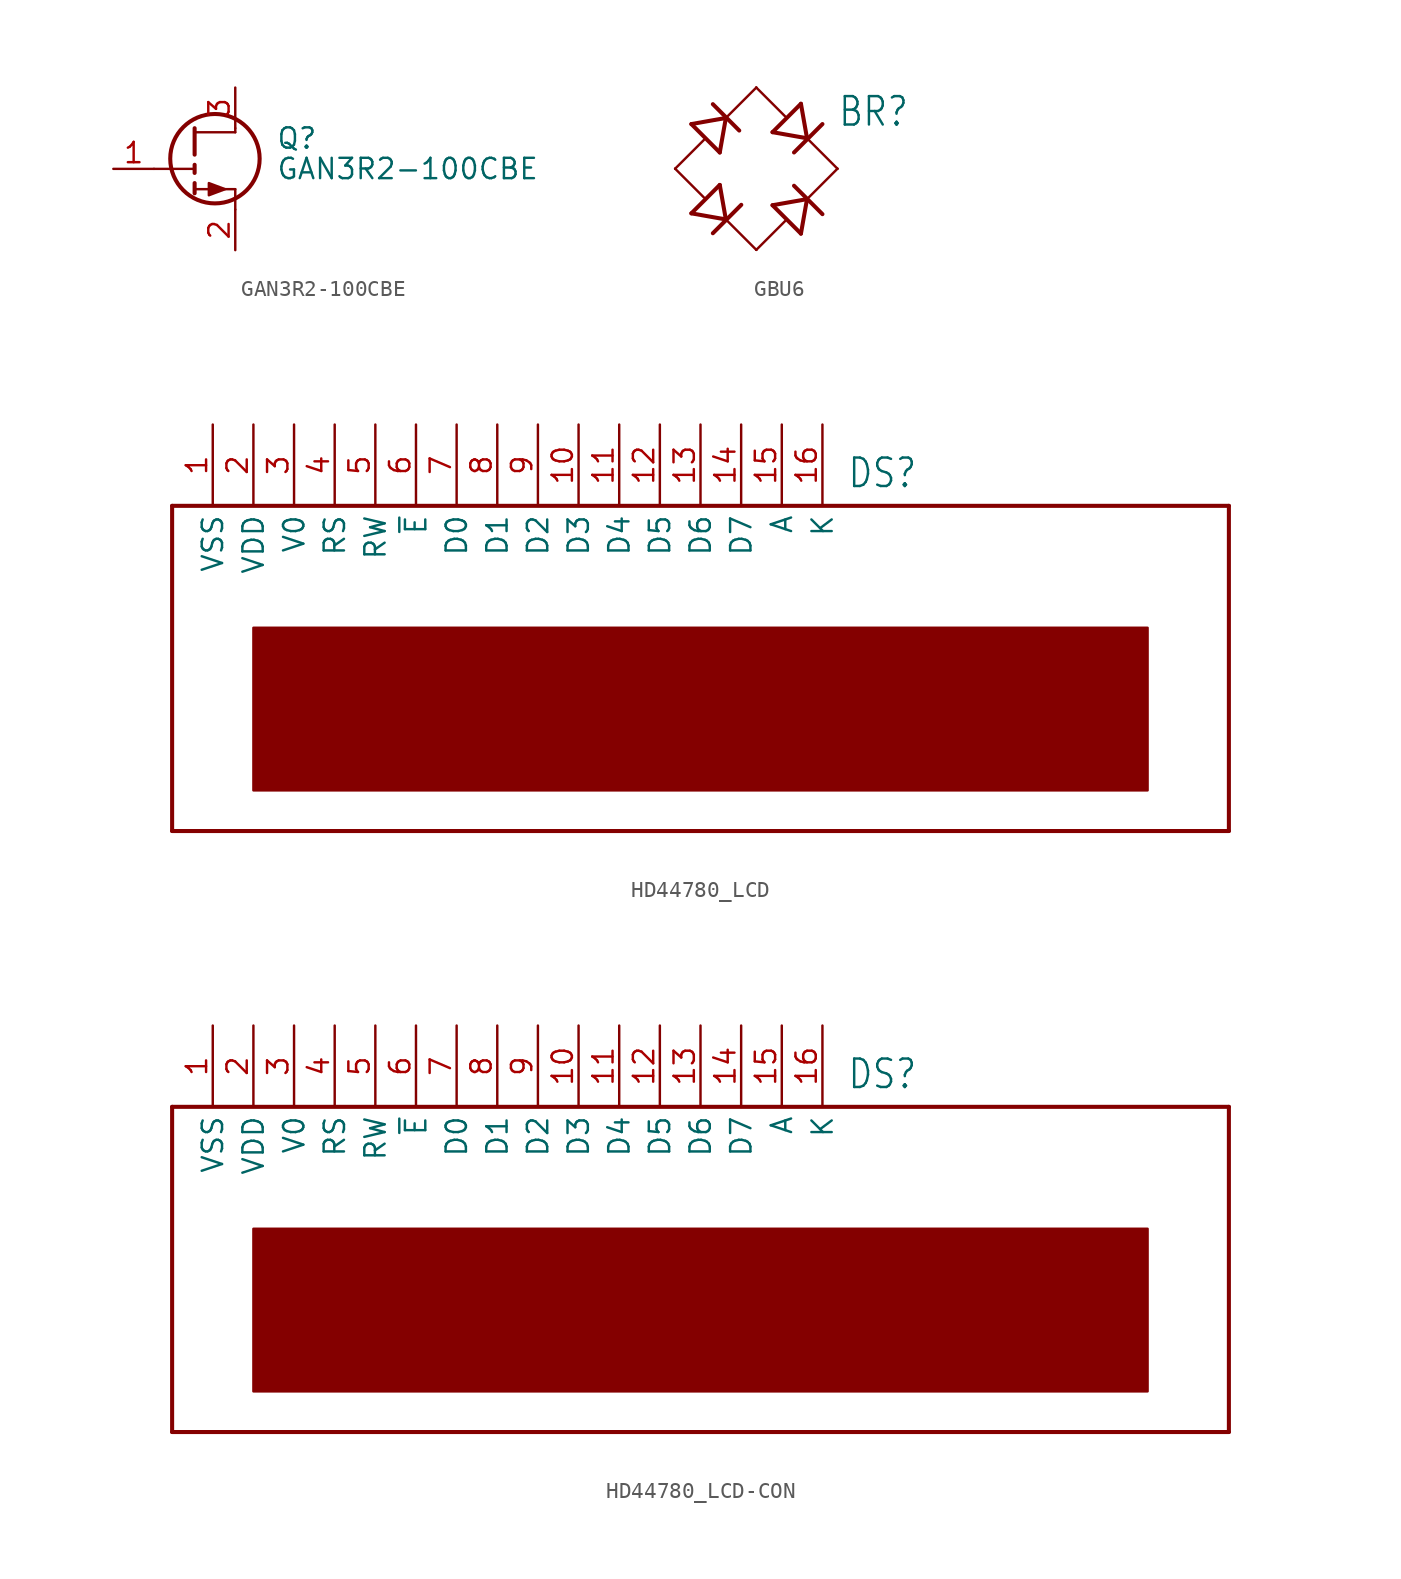
<source format=kicad_sym>
(kicad_symbol_lib
  (version 20231120)
  (generator "kicad_symbol_editor")
  (generator_version "8.0")
  (symbol "GAN3R2-100CBE"
    (pin_names
      (offset 0) hide)
    (property "Reference" "Q"
      (at 5.08 1.905 0)
      (effects (font (size 1.27 1.27)) (justify left)))
    (property "Value" "GAN3R2-100CBE"
      (at 5.08 0 0)
      (effects (font (size 1.27 1.27)) (justify left)))
    (symbol "GAN3R2-100CBE_0_1"
      (polyline (pts (xy 0 0) (xy -2.54 0)) (stroke (width 0) (type default)) (fill (type none)))
      (polyline (pts (xy 0 2.286) (xy 2.54 2.286)) (stroke (width 0) (type default)) (fill (type none)))
      (polyline (pts (xy 2.54 -2.54) (xy 2.54 -1.27)) (stroke (width 0) (type default)) (fill (type none)))
      (polyline (pts (xy 2.54 -1.27) (xy 0 -1.27)) (stroke (width 0) (type default)) (fill (type none)))
      (polyline (pts (xy 2.54 2.286) (xy 2.54 2.54)) (stroke (width 0) (type default)) (fill (type none)))
      (polyline (pts (xy 1.905 -1.27) (xy 0.889 -0.889) (xy 0.889 -1.651) (xy 1.905 -1.27)) (stroke (width 0) (type default)) (fill (type outline)))
      (circle (center 1.27 0.635) (radius 2.794) (stroke (width 0.254) (type default)) (fill (type none))))
    (symbol "GAN3R2-100CBE_1_1"
      (polyline (pts (xy 0 -0.889) (xy 0 -1.524)) (stroke (width 0.254) (type default)) (fill (type none)))
      (polyline (pts (xy 0 0.254) (xy 0 -0.254)) (stroke (width 0.254) (type default)) (fill (type none)))
      (polyline (pts (xy 0 0.889) (xy 0 2.54)) (stroke (width 0.254) (type default)) (fill (type none)))
      (pin input line (at -5.08 0 0) (length 2.54) (name "G" (effects (font (size 1.27 1.27)))) (number "1" (effects (font (size 1.27 1.27)))))
      (pin passive line (at 2.54 -5.08 90) (length 2.54) (name "S" (effects (font (size 1.27 1.27)))) (number "2" (effects (font (size 1.27 1.27)))))
      (pin passive line (at 2.54 5.08 270) (length 2.54) (name "D" (effects (font (size 1.27 1.27)))) (number "3" (effects (font (size 1.27 1.27)))))
      (pin passive line (at 2.54 -5.08 90) (length 2.54) hide (name "S" (effects (font (size 1.27 1.27)))) (number "4" (effects (font (size 1.27 1.27)))))
      (pin passive line (at 2.54 5.08 270) (length 2.54) hide (name "D" (effects (font (size 1.27 1.27)))) (number "5" (effects (font (size 1.27 1.27)))))
      (pin passive line (at 2.54 -5.08 90) (length 2.54) hide (name "S" (effects (font (size 1.27 1.27)))) (number "6" (effects (font (size 1.27 1.27)))))
      (pin passive line (at 2.54 5.08 270) (length 2.54) hide (name "D" (effects (font (size 1.27 1.27)))) (number "7" (effects (font (size 1.27 1.27)))))
      (pin passive line (at 2.54 -5.08 90) (length 2.54) hide (name "S" (effects (font (size 1.27 1.27)))) (number "8" (effects (font (size 1.27 1.27)))))))
  (symbol "GBU6"
    (property "Reference" "BR"
      (at 5.08 2.54 0)
      (effects (font (size 1.778 1.511)) (justify left bottom)))
    (property "Value" ""
      (at 5.08 -5.08 0)
      (effects (font (size 1.778 1.511)) (justify left bottom)))
    (property "ki_locked" ""
      (at 0 0 0)
      (effects (font (size 1.27 1.27))))
    (symbol "GBU6_1_0"
      (polyline (pts (xy -5.08 0) (xy -3.277 1.803)) (stroke (width 0.152) (type solid)) (fill (type none)))
      (polyline (pts (xy -4.064 -2.794) (xy -2.286 -1.016)) (stroke (width 0.254) (type solid)) (fill (type none)))
      (polyline (pts (xy -4.064 2.794) (xy -2.286 1.016)) (stroke (width 0.254) (type solid)) (fill (type none)))
      (polyline (pts (xy -3.277 -1.803) (xy -5.08 0)) (stroke (width 0.152) (type solid)) (fill (type none)))
      (polyline (pts (xy -2.718 -4.039) (xy -0.94 -2.261)) (stroke (width 0.254) (type solid)) (fill (type none)))
      (polyline (pts (xy -2.718 4.039) (xy -1.067 2.388)) (stroke (width 0.254) (type solid)) (fill (type none)))
      (polyline (pts (xy -1.905 -3.175) (xy -4.064 -2.794)) (stroke (width 0.254) (type solid)) (fill (type none)))
      (polyline (pts (xy -1.905 -3.175) (xy -2.286 -1.016)) (stroke (width 0.254) (type solid)) (fill (type none)))
      (polyline (pts (xy -1.905 3.175) (xy -4.064 2.794)) (stroke (width 0.254) (type solid)) (fill (type none)))
      (polyline (pts (xy -1.905 3.175) (xy -2.286 1.016)) (stroke (width 0.254) (type solid)) (fill (type none)))
      (polyline (pts (xy -1.905 3.175) (xy 0 5.08)) (stroke (width 0.152) (type solid)) (fill (type none)))
      (polyline (pts (xy 0 -5.08) (xy -1.905 -3.175)) (stroke (width 0.152) (type solid)) (fill (type none)))
      (polyline (pts (xy 0 -5.08) (xy 1.803 -3.277)) (stroke (width 0.152) (type solid)) (fill (type none)))
      (polyline (pts (xy 0 5.08) (xy 1.803 3.277)) (stroke (width 0.152) (type solid)) (fill (type none)))
      (polyline (pts (xy 1.016 -2.286) (xy 2.794 -4.064)) (stroke (width 0.254) (type solid)) (fill (type none)))
      (polyline (pts (xy 1.016 2.286) (xy 2.794 4.064)) (stroke (width 0.254) (type solid)) (fill (type none)))
      (polyline (pts (xy 2.362 -1.067) (xy 4.14 -2.845)) (stroke (width 0.254) (type solid)) (fill (type none)))
      (polyline (pts (xy 2.362 1.016) (xy 4.14 2.794)) (stroke (width 0.254) (type solid)) (fill (type none)))
      (polyline (pts (xy 3.175 -1.905) (xy 1.016 -2.286)) (stroke (width 0.254) (type solid)) (fill (type none)))
      (polyline (pts (xy 3.175 -1.905) (xy 2.794 -4.064)) (stroke (width 0.254) (type solid)) (fill (type none)))
      (polyline (pts (xy 3.175 1.905) (xy 1.016 2.286)) (stroke (width 0.254) (type solid)) (fill (type none)))
      (polyline (pts (xy 3.175 1.905) (xy 2.794 4.064)) (stroke (width 0.254) (type solid)) (fill (type none)))
      (polyline (pts (xy 3.175 1.905) (xy 5.08 0)) (stroke (width 0.152) (type solid)) (fill (type none)))
      (polyline (pts (xy 5.08 0) (xy 3.175 -1.905)) (stroke (width 0.152) (type solid)) (fill (type none)))
      (pin passive line (at -5.08 0 0) (length 0) (name "-" (effects (font (size 0 0)))) (number "1" (effects (font (size 0 0)))))
      (pin passive line (at 0 5.08 270) (length 0) (name "AC1" (effects (font (size 0 0)))) (number "2" (effects (font (size 0 0)))))
      (pin passive line (at 0 -5.08 90) (length 0) (name "AC2" (effects (font (size 0 0)))) (number "3" (effects (font (size 0 0)))))
      (pin passive line (at 5.08 0 180) (length 0) (name "+" (effects (font (size 0 0)))) (number "4" (effects (font (size 0 0)))))))
  (symbol "HD44780_LCD"
    (property "Reference" "DS"
      (at 16.764 8.636 0)
      (effects (font (size 1.778 1.511)) (justify left bottom)))
    (property "Value" ""
      (at 29.21 8.636 0)
      (effects (font (size 1.778 1.511)) (justify left bottom)))
    (property "ki_locked" ""
      (at 0 0 0)
      (effects (font (size 1.27 1.27))))
    (symbol "HD44780_LCD_1_0"
      (rectangle (start -20.32 -10.16) (end 35.56 0) (stroke (width 0) (type default)) (fill (type outline)))
      (polyline (pts (xy -25.4 -12.7) (xy -25.4 7.62)) (stroke (width 0.254) (type solid)) (fill (type none)))
      (polyline (pts (xy -25.4 7.62) (xy 40.64 7.62)) (stroke (width 0.254) (type solid)) (fill (type none)))
      (polyline (pts (xy 40.64 -12.7) (xy -25.4 -12.7)) (stroke (width 0.254) (type solid)) (fill (type none)))
      (polyline (pts (xy 40.64 7.62) (xy 40.64 -12.7)) (stroke (width 0.254) (type solid)) (fill (type none)))
      (pin bidirectional line (at -22.86 12.7 270) (length 5.08) (name "VSS" (effects (font (size 1.27 1.27)))) (number "1" (effects (font (size 1.27 1.27)))))
      (pin bidirectional line (at 0 12.7 270) (length 5.08) (name "D3" (effects (font (size 1.27 1.27)))) (number "10" (effects (font (size 1.27 1.27)))))
      (pin bidirectional line (at 2.54 12.7 270) (length 5.08) (name "D4" (effects (font (size 1.27 1.27)))) (number "11" (effects (font (size 1.27 1.27)))))
      (pin bidirectional line (at 5.08 12.7 270) (length 5.08) (name "D5" (effects (font (size 1.27 1.27)))) (number "12" (effects (font (size 1.27 1.27)))))
      (pin bidirectional line (at 7.62 12.7 270) (length 5.08) (name "D6" (effects (font (size 1.27 1.27)))) (number "13" (effects (font (size 1.27 1.27)))))
      (pin bidirectional line (at 10.16 12.7 270) (length 5.08) (name "D7" (effects (font (size 1.27 1.27)))) (number "14" (effects (font (size 1.27 1.27)))))
      (pin bidirectional line (at 12.7 12.7 270) (length 5.08) (name "A" (effects (font (size 1.27 1.27)))) (number "15" (effects (font (size 1.27 1.27)))))
      (pin bidirectional line (at 15.24 12.7 270) (length 5.08) (name "K" (effects (font (size 1.27 1.27)))) (number "16" (effects (font (size 1.27 1.27)))))
      (pin bidirectional line (at -20.32 12.7 270) (length 5.08) (name "VDD" (effects (font (size 1.27 1.27)))) (number "2" (effects (font (size 1.27 1.27)))))
      (pin bidirectional line (at -17.78 12.7 270) (length 5.08) (name "V0" (effects (font (size 1.27 1.27)))) (number "3" (effects (font (size 1.27 1.27)))))
      (pin bidirectional line (at -15.24 12.7 270) (length 5.08) (name "RS" (effects (font (size 1.27 1.27)))) (number "4" (effects (font (size 1.27 1.27)))))
      (pin bidirectional line (at -12.7 12.7 270) (length 5.08) (name "RW" (effects (font (size 1.27 1.27)))) (number "5" (effects (font (size 1.27 1.27)))))
      (pin bidirectional line (at -10.16 12.7 270) (length 5.08) (name "~{E}" (effects (font (size 1.27 1.27)))) (number "6" (effects (font (size 1.27 1.27)))))
      (pin bidirectional line (at -7.62 12.7 270) (length 5.08) (name "D0" (effects (font (size 1.27 1.27)))) (number "7" (effects (font (size 1.27 1.27)))))
      (pin bidirectional line (at -5.08 12.7 270) (length 5.08) (name "D1" (effects (font (size 1.27 1.27)))) (number "8" (effects (font (size 1.27 1.27)))))
      (pin bidirectional line (at -2.54 12.7 270) (length 5.08) (name "D2" (effects (font (size 1.27 1.27)))) (number "9" (effects (font (size 1.27 1.27)))))))
  (symbol "HD44780_LCD-CON"
    (property "Reference" "DS"
      (at 16.764 8.636 0)
      (effects (font (size 1.778 1.511)) (justify left bottom)))
    (property "Value" ""
      (at 29.21 8.636 0)
      (effects (font (size 1.778 1.511)) (justify left bottom)))
    (property "ki_locked" ""
      (at 0 0 0)
      (effects (font (size 1.27 1.27))))
    (symbol "HD44780_LCD-CON_1_0"
      (rectangle (start -20.32 -10.16) (end 35.56 0) (stroke (width 0) (type default)) (fill (type outline)))
      (polyline (pts (xy -25.4 -12.7) (xy -25.4 7.62)) (stroke (width 0.254) (type solid)) (fill (type none)))
      (polyline (pts (xy -25.4 7.62) (xy 40.64 7.62)) (stroke (width 0.254) (type solid)) (fill (type none)))
      (polyline (pts (xy 40.64 -12.7) (xy -25.4 -12.7)) (stroke (width 0.254) (type solid)) (fill (type none)))
      (polyline (pts (xy 40.64 7.62) (xy 40.64 -12.7)) (stroke (width 0.254) (type solid)) (fill (type none)))
      (pin bidirectional line (at -22.86 12.7 270) (length 5.08) (name "VSS" (effects (font (size 1.27 1.27)))) (number "1" (effects (font (size 1.27 1.27)))))
      (pin bidirectional line (at 0 12.7 270) (length 5.08) (name "D3" (effects (font (size 1.27 1.27)))) (number "10" (effects (font (size 1.27 1.27)))))
      (pin bidirectional line (at 2.54 12.7 270) (length 5.08) (name "D4" (effects (font (size 1.27 1.27)))) (number "11" (effects (font (size 1.27 1.27)))))
      (pin bidirectional line (at 5.08 12.7 270) (length 5.08) (name "D5" (effects (font (size 1.27 1.27)))) (number "12" (effects (font (size 1.27 1.27)))))
      (pin bidirectional line (at 7.62 12.7 270) (length 5.08) (name "D6" (effects (font (size 1.27 1.27)))) (number "13" (effects (font (size 1.27 1.27)))))
      (pin bidirectional line (at 10.16 12.7 270) (length 5.08) (name "D7" (effects (font (size 1.27 1.27)))) (number "14" (effects (font (size 1.27 1.27)))))
      (pin bidirectional line (at 12.7 12.7 270) (length 5.08) (name "A" (effects (font (size 1.27 1.27)))) (number "15" (effects (font (size 1.27 1.27)))))
      (pin bidirectional line (at 15.24 12.7 270) (length 5.08) (name "K" (effects (font (size 1.27 1.27)))) (number "16" (effects (font (size 1.27 1.27)))))
      (pin bidirectional line (at -20.32 12.7 270) (length 5.08) (name "VDD" (effects (font (size 1.27 1.27)))) (number "2" (effects (font (size 1.27 1.27)))))
      (pin bidirectional line (at -17.78 12.7 270) (length 5.08) (name "V0" (effects (font (size 1.27 1.27)))) (number "3" (effects (font (size 1.27 1.27)))))
      (pin bidirectional line (at -15.24 12.7 270) (length 5.08) (name "RS" (effects (font (size 1.27 1.27)))) (number "4" (effects (font (size 1.27 1.27)))))
      (pin bidirectional line (at -12.7 12.7 270) (length 5.08) (name "RW" (effects (font (size 1.27 1.27)))) (number "5" (effects (font (size 1.27 1.27)))))
      (pin bidirectional line (at -10.16 12.7 270) (length 5.08) (name "~{E}" (effects (font (size 1.27 1.27)))) (number "6" (effects (font (size 1.27 1.27)))))
      (pin bidirectional line (at -7.62 12.7 270) (length 5.08) (name "D0" (effects (font (size 1.27 1.27)))) (number "7" (effects (font (size 1.27 1.27)))))
      (pin bidirectional line (at -5.08 12.7 270) (length 5.08) (name "D1" (effects (font (size 1.27 1.27)))) (number "8" (effects (font (size 1.27 1.27)))))
      (pin bidirectional line (at -2.54 12.7 270) (length 5.08) (name "D2" (effects (font (size 1.27 1.27)))) (number "9" (effects (font (size 1.27 1.27))))))))
</source>
